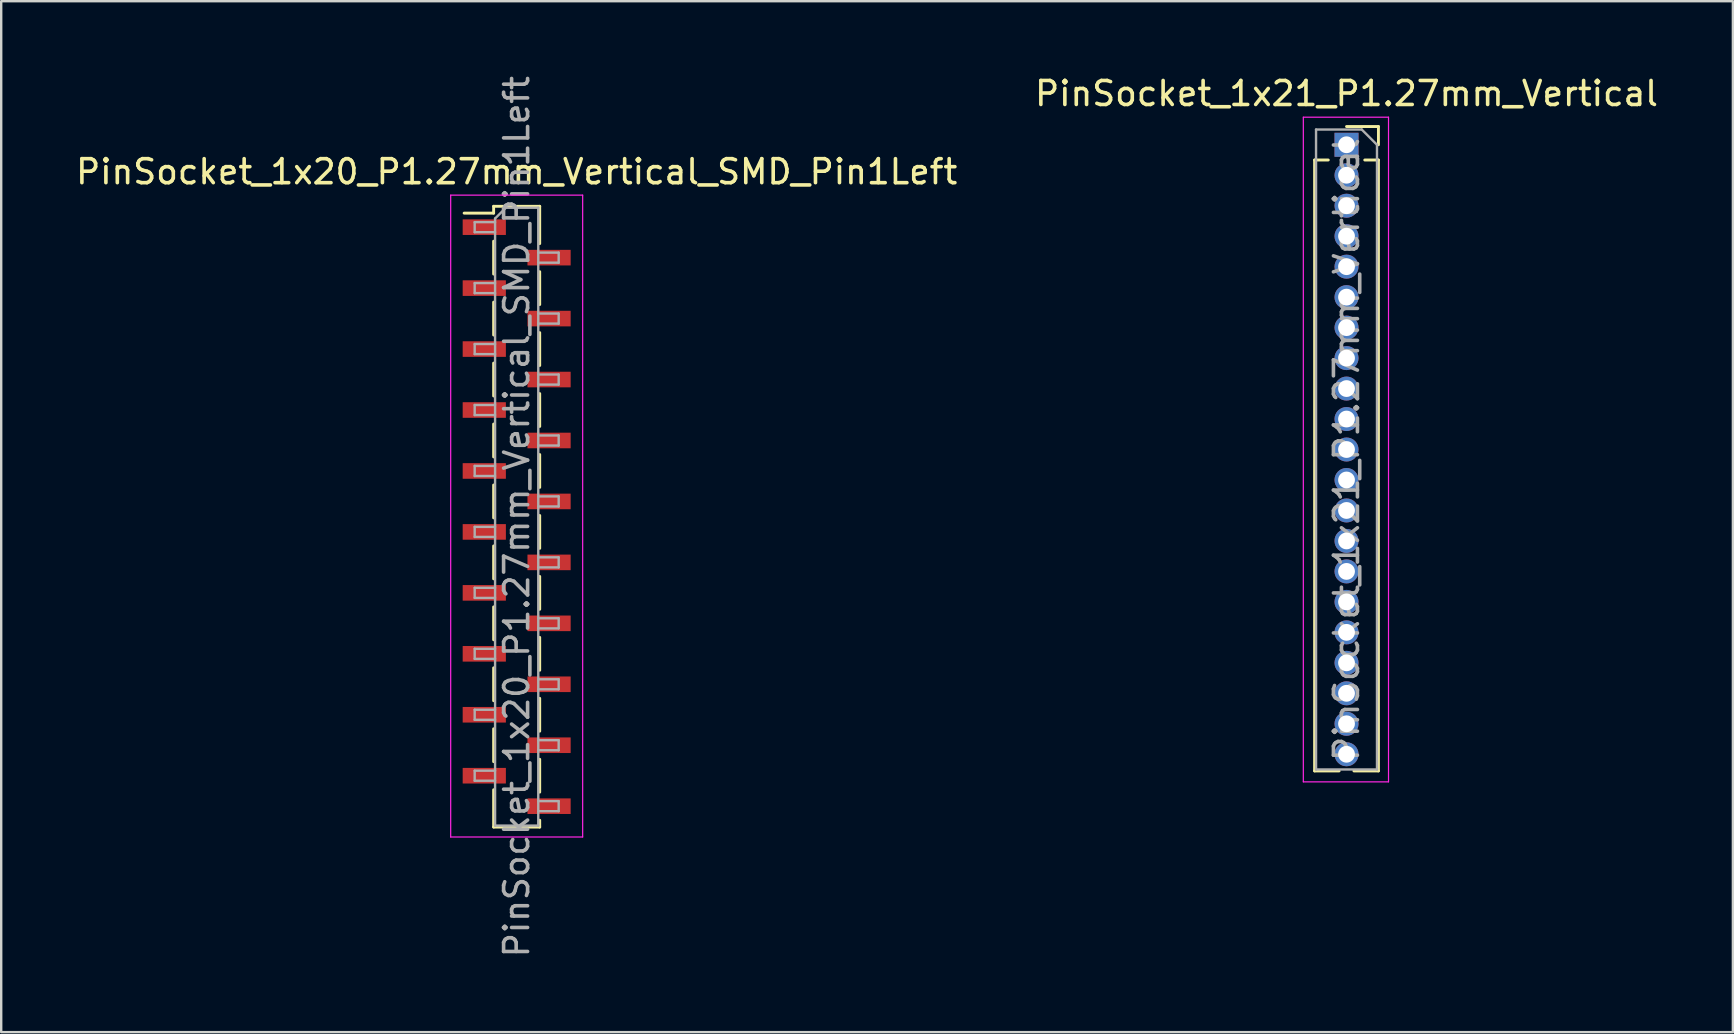
<source format=kicad_pcb>
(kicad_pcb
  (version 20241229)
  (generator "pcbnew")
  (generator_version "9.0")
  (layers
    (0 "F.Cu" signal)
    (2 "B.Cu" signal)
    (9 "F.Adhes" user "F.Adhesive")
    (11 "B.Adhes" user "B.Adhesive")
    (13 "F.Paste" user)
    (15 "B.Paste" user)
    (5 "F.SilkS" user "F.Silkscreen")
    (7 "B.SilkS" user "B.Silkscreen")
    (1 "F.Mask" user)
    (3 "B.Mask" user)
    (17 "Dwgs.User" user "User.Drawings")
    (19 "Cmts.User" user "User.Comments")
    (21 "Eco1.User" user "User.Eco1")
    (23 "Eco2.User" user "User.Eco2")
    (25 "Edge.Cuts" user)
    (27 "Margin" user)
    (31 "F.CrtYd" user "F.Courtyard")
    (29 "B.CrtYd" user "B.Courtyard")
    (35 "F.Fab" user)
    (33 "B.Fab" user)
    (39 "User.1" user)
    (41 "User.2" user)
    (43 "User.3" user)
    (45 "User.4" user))
  (footprint "PinSocket_1x21_P1.27mm_Vertical"
    (layer "F.Cu")
    (at 53.065 2.983)
    (property "Reference" "PinSocket_1x21_P1.27mm_Vertical" (at 0 -2.135 0) (layer "F.SilkS") (effects (font (size 1 1) (thickness 0.15))))
    (attr through_hole)
    (fp_line (start -1.33 0.635) (end -1.33 26.095) (stroke (width 0.12) (type solid)) (layer "F.SilkS"))
    (fp_line (start -1.33 0.635) (end -0.76 0.635) (stroke (width 0.12) (type solid)) (layer "F.SilkS"))
    (fp_line (start -1.33 26.095) (end -0.308 26.095) (stroke (width 0.12) (type solid)) (layer "F.SilkS"))
    (fp_line (start 0 -0.76) (end 1.33 -0.76) (stroke (width 0.12) (type solid)) (layer "F.SilkS"))
    (fp_line (start 0.308 26.095) (end 1.33 26.095) (stroke (width 0.12) (type solid)) (layer "F.SilkS"))
    (fp_line (start 0.76 0.635) (end 1.33 0.635) (stroke (width 0.12) (type solid)) (layer "F.SilkS"))
    (fp_line (start 1.33 -0.76) (end 1.33 0) (stroke (width 0.12) (type solid)) (layer "F.SilkS"))
    (fp_line (start 1.33 0.635) (end 1.33 26.095) (stroke (width 0.12) (type solid)) (layer "F.SilkS"))
    (fp_line (start -1.8 -1.15) (end 1.75 -1.15) (stroke (width 0.05) (type solid)) (layer "F.CrtYd"))
    (fp_line (start -1.8 26.55) (end -1.8 -1.15) (stroke (width 0.05) (type solid)) (layer "F.CrtYd"))
    (fp_line (start 1.75 -1.15) (end 1.75 26.55) (stroke (width 0.05) (type solid)) (layer "F.CrtYd"))
    (fp_line (start 1.75 26.55) (end -1.8 26.55) (stroke (width 0.05) (type solid)) (layer "F.CrtYd"))
    (fp_line (start -1.27 -0.635) (end 0.635 -0.635) (stroke (width 0.1) (type solid)) (layer "F.Fab"))
    (fp_line (start -1.27 26.035) (end -1.27 -0.635) (stroke (width 0.1) (type solid)) (layer "F.Fab"))
    (fp_line (start 0.635 -0.635) (end 1.27 0) (stroke (width 0.1) (type solid)) (layer "F.Fab"))
    (fp_line (start 1.27 0) (end 1.27 26.035) (stroke (width 0.1) (type solid)) (layer "F.Fab"))
    (fp_line (start 1.27 26.035) (end -1.27 26.035) (stroke (width 0.1) (type solid)) (layer "F.Fab"))
    (fp_text user "${REFERENCE}" (at 0 12.7 90) (layer "F.Fab") (effects (font (size 1 1) (thickness 0.15))))
    (pad "1" thru_hole rect (at 0 0) (size 1 1) (drill 0.7) (layers "*.Cu" "*.Mask"))
    (pad "2" thru_hole circle (at 0 1.27) (size 1 1) (drill 0.7) (layers "*.Cu" "*.Mask"))
    (pad "3" thru_hole circle (at 0 2.54) (size 1 1) (drill 0.7) (layers "*.Cu" "*.Mask"))
    (pad "4" thru_hole circle (at 0 3.81) (size 1 1) (drill 0.7) (layers "*.Cu" "*.Mask"))
    (pad "5" thru_hole circle (at 0 5.08) (size 1 1) (drill 0.7) (layers "*.Cu" "*.Mask"))
    (pad "6" thru_hole circle (at 0 6.35) (size 1 1) (drill 0.7) (layers "*.Cu" "*.Mask"))
    (pad "7" thru_hole circle (at 0 7.62) (size 1 1) (drill 0.7) (layers "*.Cu" "*.Mask"))
    (pad "8" thru_hole circle (at 0 8.89) (size 1 1) (drill 0.7) (layers "*.Cu" "*.Mask"))
    (pad "9" thru_hole circle (at 0 10.16) (size 1 1) (drill 0.7) (layers "*.Cu" "*.Mask"))
    (pad "10" thru_hole circle (at 0 11.43) (size 1 1) (drill 0.7) (layers "*.Cu" "*.Mask"))
    (pad "11" thru_hole circle (at 0 12.7) (size 1 1) (drill 0.7) (layers "*.Cu" "*.Mask"))
    (pad "12" thru_hole circle (at 0 13.97) (size 1 1) (drill 0.7) (layers "*.Cu" "*.Mask"))
    (pad "13" thru_hole circle (at 0 15.24) (size 1 1) (drill 0.7) (layers "*.Cu" "*.Mask"))
    (pad "14" thru_hole circle (at 0 16.51) (size 1 1) (drill 0.7) (layers "*.Cu" "*.Mask"))
    (pad "15" thru_hole circle (at 0 17.78) (size 1 1) (drill 0.7) (layers "*.Cu" "*.Mask"))
    (pad "16" thru_hole circle (at 0 19.05) (size 1 1) (drill 0.7) (layers "*.Cu" "*.Mask"))
    (pad "17" thru_hole circle (at 0 20.32) (size 1 1) (drill 0.7) (layers "*.Cu" "*.Mask"))
    (pad "18" thru_hole circle (at 0 21.59) (size 1 1) (drill 0.7) (layers "*.Cu" "*.Mask"))
    (pad "19" thru_hole circle (at 0 22.86) (size 1 1) (drill 0.7) (layers "*.Cu" "*.Mask"))
    (pad "20" thru_hole circle (at 0 24.13) (size 1 1) (drill 0.7) (layers "*.Cu" "*.Mask"))
    (pad "21" thru_hole circle (at 0 25.4) (size 1 1) (drill 0.7) (layers "*.Cu" "*.Mask")))
  (footprint "PinSocket_1x20_P1.27mm_Vertical_SMD_Pin1Left"
    (layer "F.Cu")
    (at 18.482 18.482)
    (property "Reference" "PinSocket_1x20_P1.27mm_Vertical_SMD_Pin1Left" (at 0 -14.375 0) (layer "F.SilkS") (effects (font (size 1 1) (thickness 0.15))))
    (attr smd)
    (fp_line (start -2.19 -12.65) (end -0.96 -12.65) (stroke (width 0.12) (type solid)) (layer "F.SilkS"))
    (fp_line (start -0.96 -12.935) (end -0.96 -12.65) (stroke (width 0.12) (type solid)) (layer "F.SilkS"))
    (fp_line (start -0.96 -12.935) (end 0.96 -12.935) (stroke (width 0.12) (type solid)) (layer "F.SilkS"))
    (fp_line (start -0.96 -11.48) (end -0.96 -10.11) (stroke (width 0.12) (type solid)) (layer "F.SilkS"))
    (fp_line (start -0.96 -8.94) (end -0.96 -7.57) (stroke (width 0.12) (type solid)) (layer "F.SilkS"))
    (fp_line (start -0.96 -6.4) (end -0.96 -5.03) (stroke (width 0.12) (type solid)) (layer "F.SilkS"))
    (fp_line (start -0.96 -3.86) (end -0.96 -2.49) (stroke (width 0.12) (type solid)) (layer "F.SilkS"))
    (fp_line (start -0.96 -1.32) (end -0.96 0.05) (stroke (width 0.12) (type solid)) (layer "F.SilkS"))
    (fp_line (start -0.96 1.22) (end -0.96 2.59) (stroke (width 0.12) (type solid)) (layer "F.SilkS"))
    (fp_line (start -0.96 3.76) (end -0.96 5.13) (stroke (width 0.12) (type solid)) (layer "F.SilkS"))
    (fp_line (start -0.96 6.3) (end -0.96 7.67) (stroke (width 0.12) (type solid)) (layer "F.SilkS"))
    (fp_line (start -0.96 8.84) (end -0.96 10.21) (stroke (width 0.12) (type solid)) (layer "F.SilkS"))
    (fp_line (start -0.96 11.38) (end -0.96 12.935) (stroke (width 0.12) (type solid)) (layer "F.SilkS"))
    (fp_line (start -0.96 12.935) (end 0.96 12.935) (stroke (width 0.12) (type solid)) (layer "F.SilkS"))
    (fp_line (start 0.96 -12.935) (end 0.96 -11.38) (stroke (width 0.12) (type solid)) (layer "F.SilkS"))
    (fp_line (start 0.96 -10.21) (end 0.96 -8.84) (stroke (width 0.12) (type solid)) (layer "F.SilkS"))
    (fp_line (start 0.96 -7.67) (end 0.96 -6.3) (stroke (width 0.12) (type solid)) (layer "F.SilkS"))
    (fp_line (start 0.96 -5.13) (end 0.96 -3.76) (stroke (width 0.12) (type solid)) (layer "F.SilkS"))
    (fp_line (start 0.96 -2.59) (end 0.96 -1.22) (stroke (width 0.12) (type solid)) (layer "F.SilkS"))
    (fp_line (start 0.96 -0.05) (end 0.96 1.32) (stroke (width 0.12) (type solid)) (layer "F.SilkS"))
    (fp_line (start 0.96 2.49) (end 0.96 3.86) (stroke (width 0.12) (type solid)) (layer "F.SilkS"))
    (fp_line (start 0.96 5.03) (end 0.96 6.4) (stroke (width 0.12) (type solid)) (layer "F.SilkS"))
    (fp_line (start 0.96 7.57) (end 0.96 8.94) (stroke (width 0.12) (type solid)) (layer "F.SilkS"))
    (fp_line (start 0.96 10.11) (end 0.96 11.48) (stroke (width 0.12) (type solid)) (layer "F.SilkS"))
    (fp_line (start 0.96 12.65) (end 0.96 12.935) (stroke (width 0.12) (type solid)) (layer "F.SilkS"))
    (fp_line (start -2.75 -13.4) (end 2.75 -13.4) (stroke (width 0.05) (type solid)) (layer "F.CrtYd"))
    (fp_line (start -2.75 13.35) (end -2.75 -13.4) (stroke (width 0.05) (type solid)) (layer "F.CrtYd"))
    (fp_line (start 2.75 -13.4) (end 2.75 13.35) (stroke (width 0.05) (type solid)) (layer "F.CrtYd"))
    (fp_line (start 2.75 13.35) (end -2.75 13.35) (stroke (width 0.05) (type solid)) (layer "F.CrtYd"))
    (fp_line (start -1.75 -12.275) (end -0.9 -12.275) (stroke (width 0.1) (type solid)) (layer "F.Fab"))
    (fp_line (start -1.75 -11.855) (end -1.75 -12.275) (stroke (width 0.1) (type solid)) (layer "F.Fab"))
    (fp_line (start -1.75 -9.735) (end -0.9 -9.735) (stroke (width 0.1) (type solid)) (layer "F.Fab"))
    (fp_line (start -1.75 -9.315) (end -1.75 -9.735) (stroke (width 0.1) (type solid)) (layer "F.Fab"))
    (fp_line (start -1.75 -7.195) (end -0.9 -7.195) (stroke (width 0.1) (type solid)) (layer "F.Fab"))
    (fp_line (start -1.75 -6.775) (end -1.75 -7.195) (stroke (width 0.1) (type solid)) (layer "F.Fab"))
    (fp_line (start -1.75 -4.655) (end -0.9 -4.655) (stroke (width 0.1) (type solid)) (layer "F.Fab"))
    (fp_line (start -1.75 -4.235) (end -1.75 -4.655) (stroke (width 0.1) (type solid)) (layer "F.Fab"))
    (fp_line (start -1.75 -2.115) (end -0.9 -2.115) (stroke (width 0.1) (type solid)) (layer "F.Fab"))
    (fp_line (start -1.75 -1.695) (end -1.75 -2.115) (stroke (width 0.1) (type solid)) (layer "F.Fab"))
    (fp_line (start -1.75 0.425) (end -0.9 0.425) (stroke (width 0.1) (type solid)) (layer "F.Fab"))
    (fp_line (start -1.75 0.845) (end -1.75 0.425) (stroke (width 0.1) (type solid)) (layer "F.Fab"))
    (fp_line (start -1.75 2.965) (end -0.9 2.965) (stroke (width 0.1) (type solid)) (layer "F.Fab"))
    (fp_line (start -1.75 3.385) (end -1.75 2.965) (stroke (width 0.1) (type solid)) (layer "F.Fab"))
    (fp_line (start -1.75 5.505) (end -0.9 5.505) (stroke (width 0.1) (type solid)) (layer "F.Fab"))
    (fp_line (start -1.75 5.925) (end -1.75 5.505) (stroke (width 0.1) (type solid)) (layer "F.Fab"))
    (fp_line (start -1.75 8.045) (end -0.9 8.045) (stroke (width 0.1) (type solid)) (layer "F.Fab"))
    (fp_line (start -1.75 8.465) (end -1.75 8.045) (stroke (width 0.1) (type solid)) (layer "F.Fab"))
    (fp_line (start -1.75 10.585) (end -0.9 10.585) (stroke (width 0.1) (type solid)) (layer "F.Fab"))
    (fp_line (start -1.75 11.005) (end -1.75 10.585) (stroke (width 0.1) (type solid)) (layer "F.Fab"))
    (fp_line (start -0.9 -12.425) (end -0.45 -12.875) (stroke (width 0.1) (type solid)) (layer "F.Fab"))
    (fp_line (start -0.9 -11.855) (end -1.75 -11.855) (stroke (width 0.1) (type solid)) (layer "F.Fab"))
    (fp_line (start -0.9 -9.315) (end -1.75 -9.315) (stroke (width 0.1) (type solid)) (layer "F.Fab"))
    (fp_line (start -0.9 -6.775) (end -1.75 -6.775) (stroke (width 0.1) (type solid)) (layer "F.Fab"))
    (fp_line (start -0.9 -4.235) (end -1.75 -4.235) (stroke (width 0.1) (type solid)) (layer "F.Fab"))
    (fp_line (start -0.9 -1.695) (end -1.75 -1.695) (stroke (width 0.1) (type solid)) (layer "F.Fab"))
    (fp_line (start -0.9 0.845) (end -1.75 0.845) (stroke (width 0.1) (type solid)) (layer "F.Fab"))
    (fp_line (start -0.9 3.385) (end -1.75 3.385) (stroke (width 0.1) (type solid)) (layer "F.Fab"))
    (fp_line (start -0.9 5.925) (end -1.75 5.925) (stroke (width 0.1) (type solid)) (layer "F.Fab"))
    (fp_line (start -0.9 8.465) (end -1.75 8.465) (stroke (width 0.1) (type solid)) (layer "F.Fab"))
    (fp_line (start -0.9 11.005) (end -1.75 11.005) (stroke (width 0.1) (type solid)) (layer "F.Fab"))
    (fp_line (start -0.9 12.875) (end -0.9 -12.425) (stroke (width 0.1) (type solid)) (layer "F.Fab"))
    (fp_line (start -0.45 -12.875) (end 0.9 -12.875) (stroke (width 0.1) (type solid)) (layer "F.Fab"))
    (fp_line (start 0.9 -12.875) (end 0.9 12.875) (stroke (width 0.1) (type solid)) (layer "F.Fab"))
    (fp_line (start 0.9 -11.005) (end 1.75 -11.005) (stroke (width 0.1) (type solid)) (layer "F.Fab"))
    (fp_line (start 0.9 -8.465) (end 1.75 -8.465) (stroke (width 0.1) (type solid)) (layer "F.Fab"))
    (fp_line (start 0.9 -5.925) (end 1.75 -5.925) (stroke (width 0.1) (type solid)) (layer "F.Fab"))
    (fp_line (start 0.9 -3.385) (end 1.75 -3.385) (stroke (width 0.1) (type solid)) (layer "F.Fab"))
    (fp_line (start 0.9 -0.845) (end 1.75 -0.845) (stroke (width 0.1) (type solid)) (layer "F.Fab"))
    (fp_line (start 0.9 1.695) (end 1.75 1.695) (stroke (width 0.1) (type solid)) (layer "F.Fab"))
    (fp_line (start 0.9 4.235) (end 1.75 4.235) (stroke (width 0.1) (type solid)) (layer "F.Fab"))
    (fp_line (start 0.9 6.775) (end 1.75 6.775) (stroke (width 0.1) (type solid)) (layer "F.Fab"))
    (fp_line (start 0.9 9.315) (end 1.75 9.315) (stroke (width 0.1) (type solid)) (layer "F.Fab"))
    (fp_line (start 0.9 11.855) (end 1.75 11.855) (stroke (width 0.1) (type solid)) (layer "F.Fab"))
    (fp_line (start 0.9 12.875) (end -0.9 12.875) (stroke (width 0.1) (type solid)) (layer "F.Fab"))
    (fp_line (start 1.75 -11.005) (end 1.75 -10.585) (stroke (width 0.1) (type solid)) (layer "F.Fab"))
    (fp_line (start 1.75 -10.585) (end 0.9 -10.585) (stroke (width 0.1) (type solid)) (layer "F.Fab"))
    (fp_line (start 1.75 -8.465) (end 1.75 -8.045) (stroke (width 0.1) (type solid)) (layer "F.Fab"))
    (fp_line (start 1.75 -8.045) (end 0.9 -8.045) (stroke (width 0.1) (type solid)) (layer "F.Fab"))
    (fp_line (start 1.75 -5.925) (end 1.75 -5.505) (stroke (width 0.1) (type solid)) (layer "F.Fab"))
    (fp_line (start 1.75 -5.505) (end 0.9 -5.505) (stroke (width 0.1) (type solid)) (layer "F.Fab"))
    (fp_line (start 1.75 -3.385) (end 1.75 -2.965) (stroke (width 0.1) (type solid)) (layer "F.Fab"))
    (fp_line (start 1.75 -2.965) (end 0.9 -2.965) (stroke (width 0.1) (type solid)) (layer "F.Fab"))
    (fp_line (start 1.75 -0.845) (end 1.75 -0.425) (stroke (width 0.1) (type solid)) (layer "F.Fab"))
    (fp_line (start 1.75 -0.425) (end 0.9 -0.425) (stroke (width 0.1) (type solid)) (layer "F.Fab"))
    (fp_line (start 1.75 1.695) (end 1.75 2.115) (stroke (width 0.1) (type solid)) (layer "F.Fab"))
    (fp_line (start 1.75 2.115) (end 0.9 2.115) (stroke (width 0.1) (type solid)) (layer "F.Fab"))
    (fp_line (start 1.75 4.235) (end 1.75 4.655) (stroke (width 0.1) (type solid)) (layer "F.Fab"))
    (fp_line (start 1.75 4.655) (end 0.9 4.655) (stroke (width 0.1) (type solid)) (layer "F.Fab"))
    (fp_line (start 1.75 6.775) (end 1.75 7.195) (stroke (width 0.1) (type solid)) (layer "F.Fab"))
    (fp_line (start 1.75 7.195) (end 0.9 7.195) (stroke (width 0.1) (type solid)) (layer "F.Fab"))
    (fp_line (start 1.75 9.315) (end 1.75 9.735) (stroke (width 0.1) (type solid)) (layer "F.Fab"))
    (fp_line (start 1.75 9.735) (end 0.9 9.735) (stroke (width 0.1) (type solid)) (layer "F.Fab"))
    (fp_line (start 1.75 11.855) (end 1.75 12.275) (stroke (width 0.1) (type solid)) (layer "F.Fab"))
    (fp_line (start 1.75 12.275) (end 0.9 12.275) (stroke (width 0.1) (type solid)) (layer "F.Fab"))
    (fp_text user "${REFERENCE}" (at 0 0 90) (layer "F.Fab") (effects (font (size 1 1) (thickness 0.15))))
    (pad "1" smd rect (at -1.35 -12.065) (size 1.8 0.65) (layers "F.Cu" "F.Mask" "F.Paste"))
    (pad "2" smd rect (at 1.35 -10.795) (size 1.8 0.65) (layers "F.Cu" "F.Mask" "F.Paste"))
    (pad "3" smd rect (at -1.35 -9.525) (size 1.8 0.65) (layers "F.Cu" "F.Mask" "F.Paste"))
    (pad "4" smd rect (at 1.35 -8.255) (size 1.8 0.65) (layers "F.Cu" "F.Mask" "F.Paste"))
    (pad "5" smd rect (at -1.35 -6.985) (size 1.8 0.65) (layers "F.Cu" "F.Mask" "F.Paste"))
    (pad "6" smd rect (at 1.35 -5.715) (size 1.8 0.65) (layers "F.Cu" "F.Mask" "F.Paste"))
    (pad "7" smd rect (at -1.35 -4.445) (size 1.8 0.65) (layers "F.Cu" "F.Mask" "F.Paste"))
    (pad "8" smd rect (at 1.35 -3.175) (size 1.8 0.65) (layers "F.Cu" "F.Mask" "F.Paste"))
    (pad "9" smd rect (at -1.35 -1.905) (size 1.8 0.65) (layers "F.Cu" "F.Mask" "F.Paste"))
    (pad "10" smd rect (at 1.35 -0.635) (size 1.8 0.65) (layers "F.Cu" "F.Mask" "F.Paste"))
    (pad "11" smd rect (at -1.35 0.635) (size 1.8 0.65) (layers "F.Cu" "F.Mask" "F.Paste"))
    (pad "12" smd rect (at 1.35 1.905) (size 1.8 0.65) (layers "F.Cu" "F.Mask" "F.Paste"))
    (pad "13" smd rect (at -1.35 3.175) (size 1.8 0.65) (layers "F.Cu" "F.Mask" "F.Paste"))
    (pad "14" smd rect (at 1.35 4.445) (size 1.8 0.65) (layers "F.Cu" "F.Mask" "F.Paste"))
    (pad "15" smd rect (at -1.35 5.715) (size 1.8 0.65) (layers "F.Cu" "F.Mask" "F.Paste"))
    (pad "16" smd rect (at 1.35 6.985) (size 1.8 0.65) (layers "F.Cu" "F.Mask" "F.Paste"))
    (pad "17" smd rect (at -1.35 8.255) (size 1.8 0.65) (layers "F.Cu" "F.Mask" "F.Paste"))
    (pad "18" smd rect (at 1.35 9.525) (size 1.8 0.65) (layers "F.Cu" "F.Mask" "F.Paste"))
    (pad "19" smd rect (at -1.35 10.795) (size 1.8 0.65) (layers "F.Cu" "F.Mask" "F.Paste"))
    (pad "20" smd rect (at 1.35 12.065) (size 1.8 0.65) (layers "F.Cu" "F.Mask" "F.Paste")))
  (gr_rect
    (start -3 -3)
    (end 69.167 39.964)
    (stroke (width 0.1) (type default))
    (fill no)
    (layer "Edge.Cuts")))
</source>
